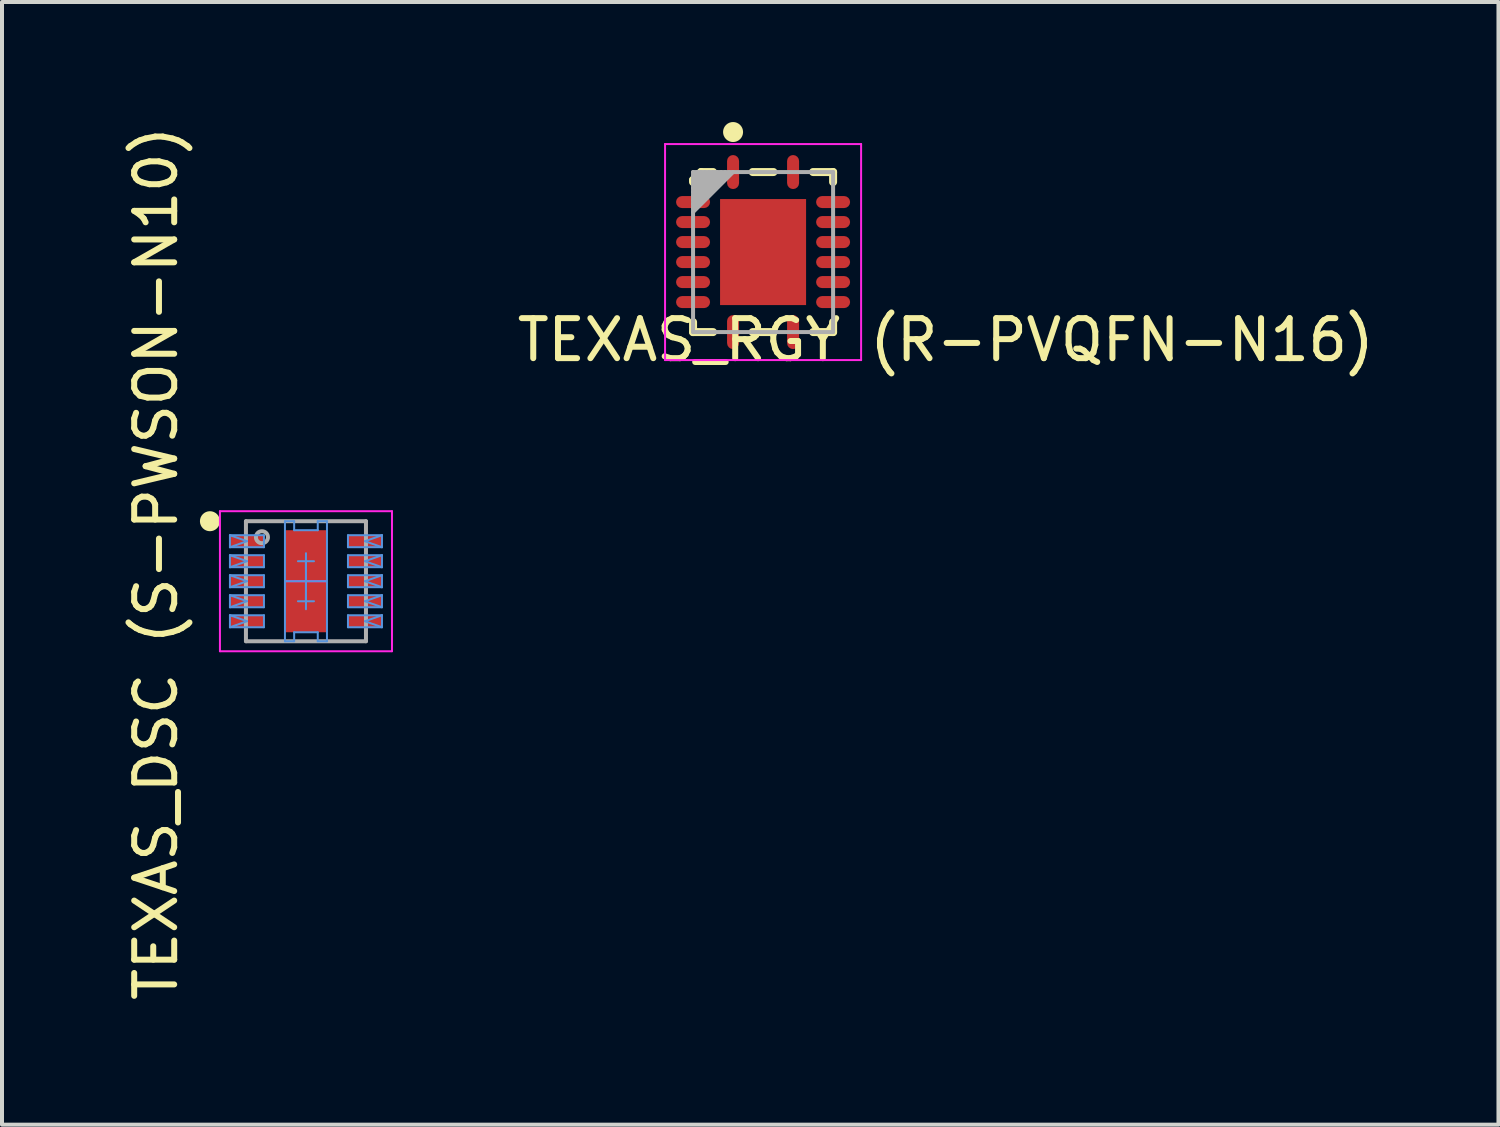
<source format=kicad_pcb>
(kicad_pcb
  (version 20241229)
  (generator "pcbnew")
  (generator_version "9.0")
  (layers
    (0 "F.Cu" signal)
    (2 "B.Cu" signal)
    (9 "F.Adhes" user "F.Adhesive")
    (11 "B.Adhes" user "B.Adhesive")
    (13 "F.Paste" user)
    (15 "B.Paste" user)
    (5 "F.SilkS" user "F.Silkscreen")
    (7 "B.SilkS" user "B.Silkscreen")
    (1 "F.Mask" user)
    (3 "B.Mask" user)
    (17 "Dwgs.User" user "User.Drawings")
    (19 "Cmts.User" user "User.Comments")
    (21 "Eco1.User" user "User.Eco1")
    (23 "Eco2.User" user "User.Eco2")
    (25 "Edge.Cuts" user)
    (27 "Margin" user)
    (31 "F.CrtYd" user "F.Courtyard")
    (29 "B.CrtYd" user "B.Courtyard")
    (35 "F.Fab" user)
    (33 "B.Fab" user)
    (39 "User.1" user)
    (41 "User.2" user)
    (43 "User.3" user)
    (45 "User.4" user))
  (footprint "TEXAS_DSC (S-PWSON-N10)"
    (layer "F.Cu")
    (at 4.597 11.477)
    (property "Reference" "TEXAS_DSC (S-PWSON-N10)" (at -3.748 -0.447 90) (layer "F.SilkS") (effects (font (size 1 1) (thickness 0.15))))
    (attr smd)
    (fp_circle (center -2.4 -1.5) (end -2.275 -1.5) (stroke (width 0.25) (type solid)) (fill no) (layer "F.SilkS"))
    (fp_line (start -1.9 -1.15) (end -1.475 -1) (stroke (width 0.05) (type solid)) (layer "Cmts.User"))
    (fp_line (start -1.9 -1.15) (end -1.05 -1.15) (stroke (width 0.05) (type solid)) (layer "Cmts.User"))
    (fp_line (start -1.9 -0.85) (end -1.9 -1.15) (stroke (width 0.05) (type solid)) (layer "Cmts.User"))
    (fp_line (start -1.9 -0.85) (end -1.475 -1) (stroke (width 0.05) (type solid)) (layer "Cmts.User"))
    (fp_line (start -1.9 -0.85) (end -1.05 -0.85) (stroke (width 0.05) (type solid)) (layer "Cmts.User"))
    (fp_line (start -1.9 -0.65) (end -1.475 -0.5) (stroke (width 0.05) (type solid)) (layer "Cmts.User"))
    (fp_line (start -1.9 -0.65) (end -1.05 -0.65) (stroke (width 0.05) (type solid)) (layer "Cmts.User"))
    (fp_line (start -1.9 -0.35) (end -1.9 -0.65) (stroke (width 0.05) (type solid)) (layer "Cmts.User"))
    (fp_line (start -1.9 -0.35) (end -1.475 -0.5) (stroke (width 0.05) (type solid)) (layer "Cmts.User"))
    (fp_line (start -1.9 -0.35) (end -1.05 -0.35) (stroke (width 0.05) (type solid)) (layer "Cmts.User"))
    (fp_line (start -1.9 -0.15) (end -1.475 0) (stroke (width 0.05) (type solid)) (layer "Cmts.User"))
    (fp_line (start -1.9 -0.15) (end -1.05 -0.15) (stroke (width 0.05) (type solid)) (layer "Cmts.User"))
    (fp_line (start -1.9 0.15) (end -1.9 -0.15) (stroke (width 0.05) (type solid)) (layer "Cmts.User"))
    (fp_line (start -1.9 0.15) (end -1.475 0) (stroke (width 0.05) (type solid)) (layer "Cmts.User"))
    (fp_line (start -1.9 0.15) (end -1.05 0.15) (stroke (width 0.05) (type solid)) (layer "Cmts.User"))
    (fp_line (start -1.9 0.35) (end -1.475 0.5) (stroke (width 0.05) (type solid)) (layer "Cmts.User"))
    (fp_line (start -1.9 0.35) (end -1.05 0.35) (stroke (width 0.05) (type solid)) (layer "Cmts.User"))
    (fp_line (start -1.9 0.65) (end -1.9 0.35) (stroke (width 0.05) (type solid)) (layer "Cmts.User"))
    (fp_line (start -1.9 0.65) (end -1.475 0.5) (stroke (width 0.05) (type solid)) (layer "Cmts.User"))
    (fp_line (start -1.9 0.65) (end -1.05 0.65) (stroke (width 0.05) (type solid)) (layer "Cmts.User"))
    (fp_line (start -1.9 0.85) (end -1.475 1) (stroke (width 0.05) (type solid)) (layer "Cmts.User"))
    (fp_line (start -1.9 0.85) (end -1.05 0.85) (stroke (width 0.05) (type solid)) (layer "Cmts.User"))
    (fp_line (start -1.9 1.15) (end -1.9 0.85) (stroke (width 0.05) (type solid)) (layer "Cmts.User"))
    (fp_line (start -1.9 1.15) (end -1.475 1) (stroke (width 0.05) (type solid)) (layer "Cmts.User"))
    (fp_line (start -1.9 1.15) (end -1.05 1.15) (stroke (width 0.05) (type solid)) (layer "Cmts.User"))
    (fp_line (start -1.05 -0.85) (end -1.05 -1.15) (stroke (width 0.05) (type solid)) (layer "Cmts.User"))
    (fp_line (start -1.05 -0.35) (end -1.05 -0.65) (stroke (width 0.05) (type solid)) (layer "Cmts.User"))
    (fp_line (start -1.05 0.15) (end -1.05 -0.15) (stroke (width 0.05) (type solid)) (layer "Cmts.User"))
    (fp_line (start -1.05 0.65) (end -1.05 0.35) (stroke (width 0.05) (type solid)) (layer "Cmts.User"))
    (fp_line (start -1.05 1.15) (end -1.05 0.85) (stroke (width 0.05) (type solid)) (layer "Cmts.User"))
    (fp_line (start -0.525 -1.5) (end -0.295 -1.5) (stroke (width 0.05) (type solid)) (layer "Cmts.User"))
    (fp_line (start -0.525 1.5) (end -0.525 -1.5) (stroke (width 0.05) (type solid)) (layer "Cmts.User"))
    (fp_line (start -0.525 1.5) (end -0.295 1.5) (stroke (width 0.05) (type solid)) (layer "Cmts.User"))
    (fp_line (start -0.5 0) (end 0 0) (stroke (width 0.05) (type solid)) (layer "Cmts.User"))
    (fp_line (start -0.295 -1.275) (end -0.295 -1.5) (stroke (width 0.05) (type solid)) (layer "Cmts.User"))
    (fp_line (start -0.295 -1.275) (end 0.295 -1.275) (stroke (width 0.05) (type solid)) (layer "Cmts.User"))
    (fp_line (start -0.295 1.275) (end 0.295 1.275) (stroke (width 0.05) (type solid)) (layer "Cmts.User"))
    (fp_line (start -0.295 1.5) (end -0.295 1.275) (stroke (width 0.05) (type solid)) (layer "Cmts.User"))
    (fp_line (start -0.2 -0.5) (end 0 -0.5) (stroke (width 0.05) (type solid)) (layer "Cmts.User"))
    (fp_line (start -0.2 0.5) (end 0 0.5) (stroke (width 0.05) (type solid)) (layer "Cmts.User"))
    (fp_line (start 0 -0.5) (end 0 -0.7) (stroke (width 0.05) (type solid)) (layer "Cmts.User"))
    (fp_line (start 0 -0.5) (end 0.2 -0.5) (stroke (width 0.05) (type solid)) (layer "Cmts.User"))
    (fp_line (start 0 -0.3) (end 0 -0.5) (stroke (width 0.05) (type solid)) (layer "Cmts.User"))
    (fp_line (start 0 0) (end 0 -0.5) (stroke (width 0.05) (type solid)) (layer "Cmts.User"))
    (fp_line (start 0 0) (end 0.5 0) (stroke (width 0.05) (type solid)) (layer "Cmts.User"))
    (fp_line (start 0 0.5) (end 0 0) (stroke (width 0.05) (type solid)) (layer "Cmts.User"))
    (fp_line (start 0 0.5) (end 0 0.3) (stroke (width 0.05) (type solid)) (layer "Cmts.User"))
    (fp_line (start 0 0.5) (end 0.2 0.5) (stroke (width 0.05) (type solid)) (layer "Cmts.User"))
    (fp_line (start 0 0.7) (end 0 0.5) (stroke (width 0.05) (type solid)) (layer "Cmts.User"))
    (fp_line (start 0.295 -1.5) (end 0.525 -1.5) (stroke (width 0.05) (type solid)) (layer "Cmts.User"))
    (fp_line (start 0.295 -1.275) (end 0.295 -1.5) (stroke (width 0.05) (type solid)) (layer "Cmts.User"))
    (fp_line (start 0.295 1.5) (end 0.295 1.275) (stroke (width 0.05) (type solid)) (layer "Cmts.User"))
    (fp_line (start 0.295 1.5) (end 0.525 1.5) (stroke (width 0.05) (type solid)) (layer "Cmts.User"))
    (fp_line (start 0.525 1.5) (end 0.525 -1.5) (stroke (width 0.05) (type solid)) (layer "Cmts.User"))
    (fp_line (start 1.05 -1.15) (end 1.9 -1.15) (stroke (width 0.05) (type solid)) (layer "Cmts.User"))
    (fp_line (start 1.05 -0.85) (end 1.05 -1.15) (stroke (width 0.05) (type solid)) (layer "Cmts.User"))
    (fp_line (start 1.05 -0.85) (end 1.9 -0.85) (stroke (width 0.05) (type solid)) (layer "Cmts.User"))
    (fp_line (start 1.05 -0.65) (end 1.9 -0.65) (stroke (width 0.05) (type solid)) (layer "Cmts.User"))
    (fp_line (start 1.05 -0.35) (end 1.05 -0.65) (stroke (width 0.05) (type solid)) (layer "Cmts.User"))
    (fp_line (start 1.05 -0.35) (end 1.9 -0.35) (stroke (width 0.05) (type solid)) (layer "Cmts.User"))
    (fp_line (start 1.05 -0.15) (end 1.9 -0.15) (stroke (width 0.05) (type solid)) (layer "Cmts.User"))
    (fp_line (start 1.05 0.15) (end 1.05 -0.15) (stroke (width 0.05) (type solid)) (layer "Cmts.User"))
    (fp_line (start 1.05 0.15) (end 1.9 0.15) (stroke (width 0.05) (type solid)) (layer "Cmts.User"))
    (fp_line (start 1.05 0.35) (end 1.9 0.35) (stroke (width 0.05) (type solid)) (layer "Cmts.User"))
    (fp_line (start 1.05 0.65) (end 1.05 0.35) (stroke (width 0.05) (type solid)) (layer "Cmts.User"))
    (fp_line (start 1.05 0.65) (end 1.9 0.65) (stroke (width 0.05) (type solid)) (layer "Cmts.User"))
    (fp_line (start 1.05 0.85) (end 1.9 0.85) (stroke (width 0.05) (type solid)) (layer "Cmts.User"))
    (fp_line (start 1.05 1.15) (end 1.05 0.85) (stroke (width 0.05) (type solid)) (layer "Cmts.User"))
    (fp_line (start 1.05 1.15) (end 1.9 1.15) (stroke (width 0.05) (type solid)) (layer "Cmts.User"))
    (fp_line (start 1.475 -1) (end 1.9 -1.15) (stroke (width 0.05) (type solid)) (layer "Cmts.User"))
    (fp_line (start 1.475 -1) (end 1.9 -0.85) (stroke (width 0.05) (type solid)) (layer "Cmts.User"))
    (fp_line (start 1.475 -0.5) (end 1.9 -0.65) (stroke (width 0.05) (type solid)) (layer "Cmts.User"))
    (fp_line (start 1.475 -0.5) (end 1.9 -0.35) (stroke (width 0.05) (type solid)) (layer "Cmts.User"))
    (fp_line (start 1.475 0) (end 1.9 -0.15) (stroke (width 0.05) (type solid)) (layer "Cmts.User"))
    (fp_line (start 1.475 0) (end 1.9 0.15) (stroke (width 0.05) (type solid)) (layer "Cmts.User"))
    (fp_line (start 1.475 0.5) (end 1.9 0.35) (stroke (width 0.05) (type solid)) (layer "Cmts.User"))
    (fp_line (start 1.475 0.5) (end 1.9 0.65) (stroke (width 0.05) (type solid)) (layer "Cmts.User"))
    (fp_line (start 1.475 1) (end 1.9 0.85) (stroke (width 0.05) (type solid)) (layer "Cmts.User"))
    (fp_line (start 1.475 1) (end 1.9 1.15) (stroke (width 0.05) (type solid)) (layer "Cmts.User"))
    (fp_line (start 1.9 -0.85) (end 1.9 -1.15) (stroke (width 0.05) (type solid)) (layer "Cmts.User"))
    (fp_line (start 1.9 -0.35) (end 1.9 -0.65) (stroke (width 0.05) (type solid)) (layer "Cmts.User"))
    (fp_line (start 1.9 0.15) (end 1.9 -0.15) (stroke (width 0.05) (type solid)) (layer "Cmts.User"))
    (fp_line (start 1.9 0.65) (end 1.9 0.35) (stroke (width 0.05) (type solid)) (layer "Cmts.User"))
    (fp_line (start 1.9 1.15) (end 1.9 0.85) (stroke (width 0.05) (type solid)) (layer "Cmts.User"))
    (fp_line (start -2.15 -1.75) (end 2.15 -1.75) (stroke (width 0.05) (type solid)) (layer "F.CrtYd"))
    (fp_line (start -2.15 1.75) (end -2.15 -1.75) (stroke (width 0.05) (type solid)) (layer "F.CrtYd"))
    (fp_line (start -2.15 1.75) (end 2.15 1.75) (stroke (width 0.05) (type solid)) (layer "F.CrtYd"))
    (fp_line (start -0.5 0) (end 0 0) (stroke (width 0.05) (type solid)) (layer "F.CrtYd"))
    (fp_line (start 0 0) (end 0 -0.5) (stroke (width 0.05) (type solid)) (layer "F.CrtYd"))
    (fp_line (start 0 0) (end 0.5 0) (stroke (width 0.05) (type solid)) (layer "F.CrtYd"))
    (fp_line (start 0 0.5) (end 0 0) (stroke (width 0.05) (type solid)) (layer "F.CrtYd"))
    (fp_line (start 2.15 1.75) (end 2.15 -1.75) (stroke (width 0.05) (type solid)) (layer "F.CrtYd"))
    (fp_line (start -1.5 -1.5) (end 1.5 -1.5) (stroke (width 0.1) (type solid)) (layer "F.Fab"))
    (fp_line (start -1.5 1.5) (end -1.5 -1.5) (stroke (width 0.1) (type solid)) (layer "F.Fab"))
    (fp_line (start -1.5 1.5) (end 1.5 1.5) (stroke (width 0.1) (type solid)) (layer "F.Fab"))
    (fp_line (start 1.5 1.5) (end 1.5 -1.5) (stroke (width 0.1) (type solid)) (layer "F.Fab"))
    (fp_circle (center -1.1 -1.1) (end -0.95 -1.1) (stroke (width 0.1) (type solid)) (fill no) (layer "F.Fab"))
    (pad "1" smd rect (at -1.475 -1) (size 0.85 0.3) (layers "F.Cu" "F.Mask" "F.Paste"))
    (pad "2" smd rect (at -1.475 -0.5) (size 0.85 0.3) (layers "F.Cu" "F.Mask" "F.Paste"))
    (pad "3" smd rect (at -1.475 0) (size 0.85 0.3) (layers "F.Cu" "F.Mask" "F.Paste"))
    (pad "4" smd rect (at -1.475 0.5) (size 0.85 0.3) (layers "F.Cu" "F.Mask" "F.Paste"))
    (pad "5" smd rect (at -1.475 1) (size 0.85 0.3) (layers "F.Cu" "F.Mask" "F.Paste"))
    (pad "6" smd rect (at 1.475 1) (size 0.85 0.3) (layers "F.Cu" "F.Mask" "F.Paste"))
    (pad "7" smd rect (at 1.475 0.5) (size 0.85 0.3) (layers "F.Cu" "F.Mask" "F.Paste"))
    (pad "8" smd rect (at 1.475 0) (size 0.85 0.3) (layers "F.Cu" "F.Mask" "F.Paste"))
    (pad "9" smd rect (at 1.475 -0.5) (size 0.85 0.3) (layers "F.Cu" "F.Mask" "F.Paste"))
    (pad "10" smd rect (at 1.475 -1) (size 0.85 0.3) (layers "F.Cu" "F.Mask" "F.Paste"))
    (pad "11" smd rect (at 0 0) (size 1.05 2.55) (layers "F.Cu" "F.Mask" "F.Paste")))
  (footprint "TEXAS_RGY (R-PVQFN-N16)"
    (layer "F.Cu")
    (at 16.022 3.25)
    (property "Reference" "TEXAS_RGY (R-PVQFN-N16)" (at 4.565 2.197 0) (layer "F.SilkS") (effects (font (size 1 1) (thickness 0.15))))
    (attr smd)
    (fp_line (start -1.75 -1.8) (end -1.75 -1.75) (stroke (width 0.2) (type solid)) (layer "F.SilkS"))
    (fp_line (start -1.75 -1.8) (end -1.55 -2) (stroke (width 0.2) (type solid)) (layer "F.SilkS"))
    (fp_line (start -1.75 2) (end -1.75 1.75) (stroke (width 0.2) (type solid)) (layer "F.SilkS"))
    (fp_line (start -1.75 2) (end -1.25 2) (stroke (width 0.2) (type solid)) (layer "F.SilkS"))
    (fp_line (start -1.55 -2) (end -1.25 -2) (stroke (width 0.2) (type solid)) (layer "F.SilkS"))
    (fp_line (start -0.26 -2) (end 0.26 -2) (stroke (width 0.2) (type solid)) (layer "F.SilkS"))
    (fp_line (start -0.26 2) (end 0.26 2) (stroke (width 0.2) (type solid)) (layer "F.SilkS"))
    (fp_line (start 1.25 -2) (end 1.75 -2) (stroke (width 0.2) (type solid)) (layer "F.SilkS"))
    (fp_line (start 1.25 2) (end 1.75 2) (stroke (width 0.2) (type solid)) (layer "F.SilkS"))
    (fp_line (start 1.75 -1.75) (end 1.75 -2) (stroke (width 0.2) (type solid)) (layer "F.SilkS"))
    (fp_line (start 1.75 2) (end 1.75 1.75) (stroke (width 0.2) (type solid)) (layer "F.SilkS"))
    (fp_circle (center -0.75 -3) (end -0.625 -3) (stroke (width 0.25) (type solid)) (fill no) (layer "F.SilkS"))
    (fp_line (start -2.45 -2.7) (end 2.45 -2.7) (stroke (width 0.05) (type solid)) (layer "F.CrtYd"))
    (fp_line (start -2.45 2.7) (end -2.45 -2.7) (stroke (width 0.05) (type solid)) (layer "F.CrtYd"))
    (fp_line (start -2.45 2.7) (end 2.45 2.7) (stroke (width 0.05) (type solid)) (layer "F.CrtYd"))
    (fp_line (start 2.45 2.7) (end 2.45 -2.7) (stroke (width 0.05) (type solid)) (layer "F.CrtYd"))
    (fp_line (start -1.75 -2) (end 1.75 -2) (stroke (width 0.1) (type solid)) (layer "F.Fab"))
    (fp_line (start -1.75 -1.9) (end -1.65 -2) (stroke (width 0.1) (type solid)) (layer "F.Fab"))
    (fp_line (start -1.75 -1.8) (end -1.55 -2) (stroke (width 0.1) (type solid)) (layer "F.Fab"))
    (fp_line (start -1.75 -1.7) (end -1.45 -2) (stroke (width 0.1) (type solid)) (layer "F.Fab"))
    (fp_line (start -1.75 -1.6) (end -1.35 -2) (stroke (width 0.1) (type solid)) (layer "F.Fab"))
    (fp_line (start -1.75 -1.5) (end -1.25 -2) (stroke (width 0.1) (type solid)) (layer "F.Fab"))
    (fp_line (start -1.75 -1.4) (end -1.15 -2) (stroke (width 0.1) (type solid)) (layer "F.Fab"))
    (fp_line (start -1.75 -1.3) (end -1.05 -2) (stroke (width 0.1) (type solid)) (layer "F.Fab"))
    (fp_line (start -1.75 -1.2) (end -0.95 -2) (stroke (width 0.1) (type solid)) (layer "F.Fab"))
    (fp_line (start -1.75 -1.1) (end -0.85 -2) (stroke (width 0.1) (type solid)) (layer "F.Fab"))
    (fp_line (start -1.75 -1) (end -0.75 -2) (stroke (width 0.1) (type solid)) (layer "F.Fab"))
    (fp_line (start -1.75 2) (end -1.75 -2) (stroke (width 0.1) (type solid)) (layer "F.Fab"))
    (fp_line (start -1.75 2) (end 1.75 2) (stroke (width 0.1) (type solid)) (layer "F.Fab"))
    (fp_line (start 1.75 2) (end 1.75 -2) (stroke (width 0.1) (type solid)) (layer "F.Fab"))
    (pad "1" smd roundrect (at -0.75 -2 90) (size 0.85 0.3) (layers "F.Cu" "F.Mask" "F.Paste") (roundrect_rratio 0.5))
    (pad "2" smd roundrect (at -1.75 -1.25 180) (size 0.85 0.3) (layers "F.Cu" "F.Mask" "F.Paste") (roundrect_rratio 0.5))
    (pad "3" smd roundrect (at -1.75 -0.75 180) (size 0.85 0.3) (layers "F.Cu" "F.Mask" "F.Paste") (roundrect_rratio 0.5))
    (pad "4" smd roundrect (at -1.75 -0.25 180) (size 0.85 0.3) (layers "F.Cu" "F.Mask" "F.Paste") (roundrect_rratio 0.5))
    (pad "5" smd roundrect (at -1.75 0.25 180) (size 0.85 0.3) (layers "F.Cu" "F.Mask" "F.Paste") (roundrect_rratio 0.5))
    (pad "6" smd roundrect (at -1.75 0.75 180) (size 0.85 0.3) (layers "F.Cu" "F.Mask" "F.Paste") (roundrect_rratio 0.5))
    (pad "7" smd roundrect (at -1.75 1.25 180) (size 0.85 0.3) (layers "F.Cu" "F.Mask" "F.Paste") (roundrect_rratio 0.5))
    (pad "8" smd roundrect (at -0.75 2 90) (size 0.85 0.3) (layers "F.Cu" "F.Mask" "F.Paste") (roundrect_rratio 0.5))
    (pad "9" smd roundrect (at 0.75 2 90) (size 0.85 0.3) (layers "F.Cu" "F.Mask" "F.Paste") (roundrect_rratio 0.5))
    (pad "10" smd roundrect (at 1.75 1.25 180) (size 0.85 0.3) (layers "F.Cu" "F.Mask" "F.Paste") (roundrect_rratio 0.5))
    (pad "11" smd roundrect (at 1.75 0.75 180) (size 0.85 0.3) (layers "F.Cu" "F.Mask" "F.Paste") (roundrect_rratio 0.5))
    (pad "12" smd roundrect (at 1.75 0.25 180) (size 0.85 0.3) (layers "F.Cu" "F.Mask" "F.Paste") (roundrect_rratio 0.5))
    (pad "13" smd roundrect (at 1.75 -0.25 180) (size 0.85 0.3) (layers "F.Cu" "F.Mask" "F.Paste") (roundrect_rratio 0.5))
    (pad "14" smd roundrect (at 1.75 -0.75 180) (size 0.85 0.3) (layers "F.Cu" "F.Mask" "F.Paste") (roundrect_rratio 0.5))
    (pad "15" smd roundrect (at 1.75 -1.25 180) (size 0.85 0.3) (layers "F.Cu" "F.Mask" "F.Paste") (roundrect_rratio 0.5))
    (pad "16" smd roundrect (at 0.75 -2 90) (size 0.85 0.3) (layers "F.Cu" "F.Mask" "F.Paste") (roundrect_rratio 0.5))
    (pad "17" smd rect (at 0 0 90) (size 2.65 2.15) (layers "F.Cu" "F.Mask" "F.Paste")))
  (gr_rect
    (start -3 -3)
    (end 34.402 25.06)
    (stroke (width 0.1) (type default))
    (fill no)
    (layer "Edge.Cuts")))
</source>
